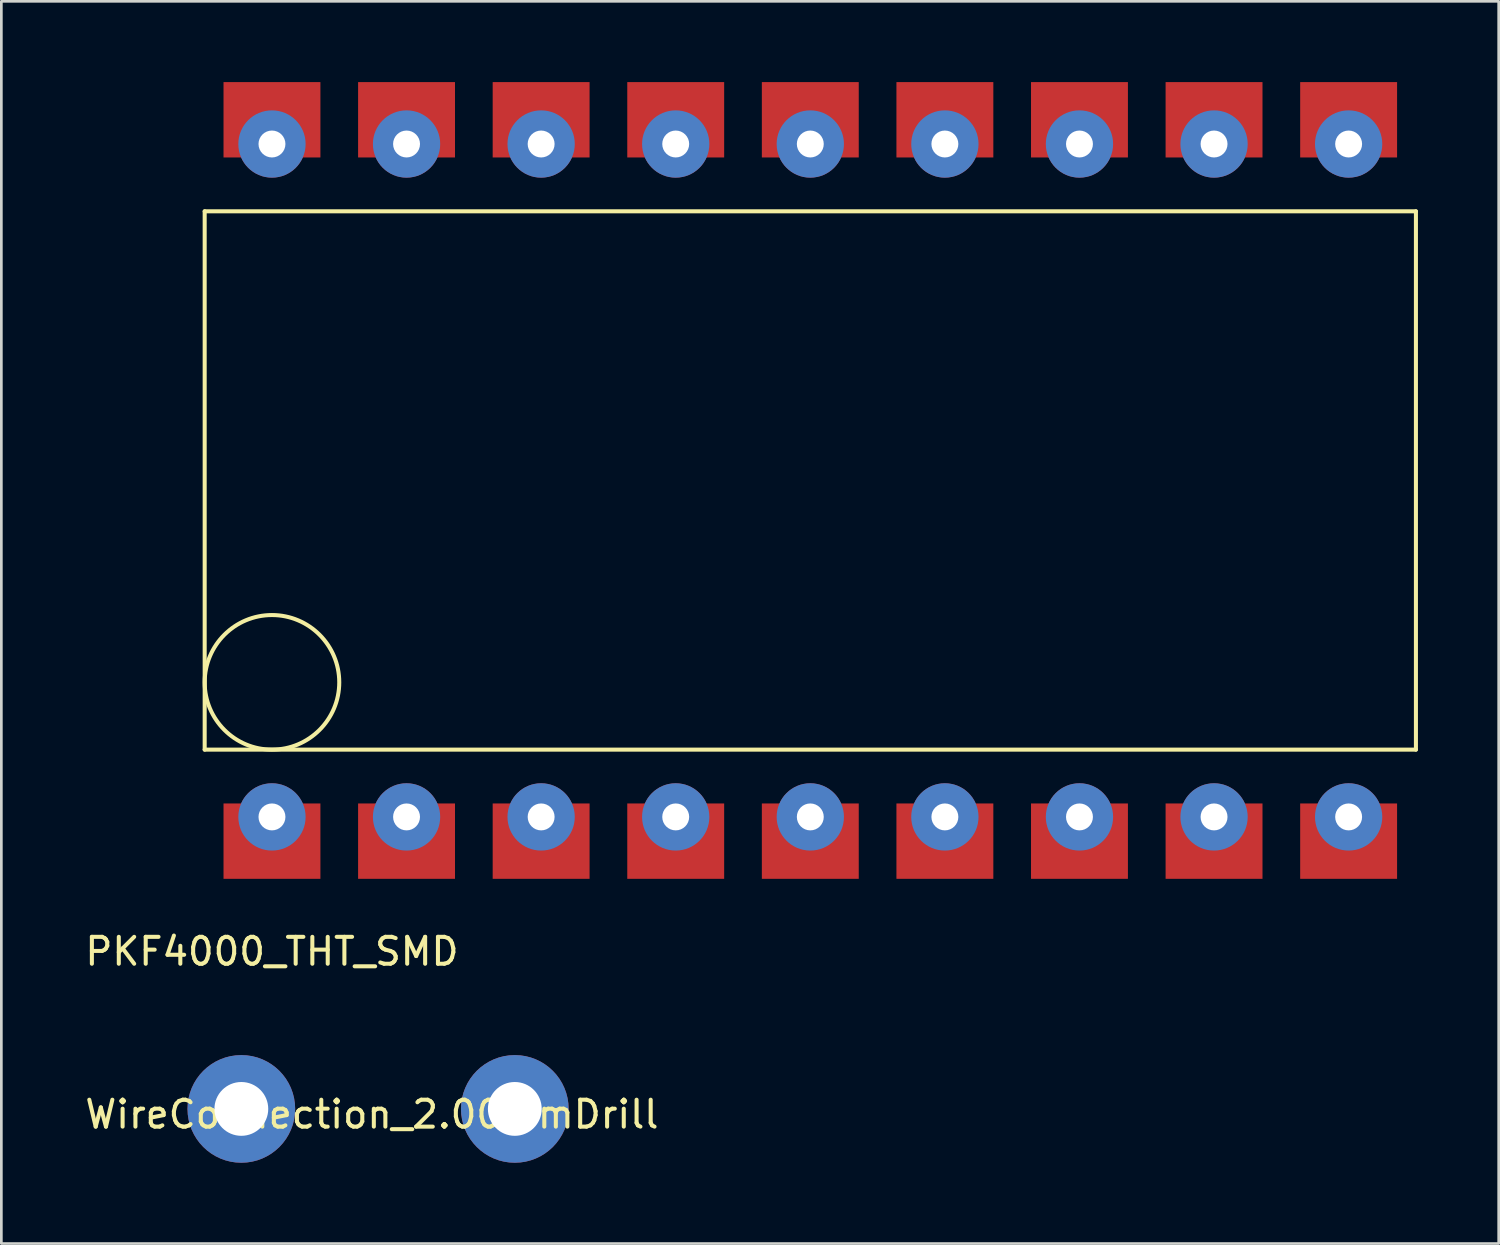
<source format=kicad_pcb>
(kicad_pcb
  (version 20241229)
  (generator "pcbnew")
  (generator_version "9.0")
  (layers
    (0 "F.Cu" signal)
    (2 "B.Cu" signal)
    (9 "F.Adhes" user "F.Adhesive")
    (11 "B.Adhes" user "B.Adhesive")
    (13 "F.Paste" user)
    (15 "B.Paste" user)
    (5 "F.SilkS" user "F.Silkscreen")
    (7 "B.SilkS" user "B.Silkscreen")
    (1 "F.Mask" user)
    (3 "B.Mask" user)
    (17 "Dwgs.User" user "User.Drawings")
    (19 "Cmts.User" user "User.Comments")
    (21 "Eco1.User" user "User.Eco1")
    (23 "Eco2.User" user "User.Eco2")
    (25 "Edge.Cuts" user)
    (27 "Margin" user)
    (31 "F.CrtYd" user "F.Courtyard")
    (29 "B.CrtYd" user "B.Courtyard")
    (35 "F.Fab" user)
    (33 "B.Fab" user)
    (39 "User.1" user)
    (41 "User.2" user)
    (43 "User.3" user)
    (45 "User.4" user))
  (footprint "PKF4000_THT_SMD"
    (layer "F.Cu")
    (at 27.054 14.8)
    (property "Reference" "PKF4000_THT_SMD" (at -20 17.5 0) (layer "F.SilkS") (effects (font (size 1 1) (thickness 0.15))))
    (attr through_hole)
    (fp_line (start -22.5 -10) (end 22.5 -10) (stroke (width 0.15) (type solid)) (layer "F.SilkS"))
    (fp_line (start -22.5 10) (end -22.5 -10) (stroke (width 0.15) (type solid)) (layer "F.SilkS"))
    (fp_line (start 22.5 -10) (end 22.5 10) (stroke (width 0.15) (type solid)) (layer "F.SilkS"))
    (fp_line (start 22.5 10) (end -22.5 10) (stroke (width 0.15) (type solid)) (layer "F.SilkS"))
    (fp_circle (center -20 7.5) (end -20 10) (stroke (width 0.15) (type solid)) (fill no) (layer "F.SilkS"))
    (pad "1" thru_hole circle (at -20 12.5) (size 2.5 2.5) (drill 1) (layers "*.Cu" "*.Mask"))
    (pad "1" smd rect (at -20 13.4) (size 3.6 2.8) (layers "F.Cu" "F.Mask" "F.Paste"))
    (pad "2" thru_hole circle (at -15 12.5) (size 2.5 2.5) (drill 1) (layers "*.Cu" "*.Mask"))
    (pad "2" smd rect (at -15 13.4) (size 3.6 2.8) (layers "F.Cu" "F.Mask" "F.Paste"))
    (pad "3" thru_hole circle (at -10 12.5) (size 2.5 2.5) (drill 1) (layers "*.Cu" "*.Mask"))
    (pad "3" smd rect (at -10 13.4) (size 3.6 2.8) (layers "F.Cu" "F.Mask" "F.Paste"))
    (pad "4" thru_hole circle (at -5 12.5) (size 2.5 2.5) (drill 1) (layers "*.Cu" "*.Mask"))
    (pad "4" smd rect (at -5 13.4) (size 3.6 2.8) (layers "F.Cu" "F.Mask" "F.Paste"))
    (pad "5" thru_hole circle (at 0 12.5) (size 2.5 2.5) (drill 1) (layers "*.Cu" "*.Mask"))
    (pad "5" smd rect (at 0 13.4) (size 3.6 2.8) (layers "F.Cu" "F.Mask" "F.Paste"))
    (pad "6" thru_hole circle (at 5 12.5) (size 2.5 2.5) (drill 1) (layers "*.Cu" "*.Mask"))
    (pad "6" smd rect (at 5 13.4) (size 3.6 2.8) (layers "F.Cu" "F.Mask" "F.Paste"))
    (pad "7" thru_hole circle (at 10 12.5) (size 2.5 2.5) (drill 1) (layers "*.Cu" "*.Mask"))
    (pad "7" smd rect (at 10 13.4) (size 3.6 2.8) (layers "F.Cu" "F.Mask" "F.Paste"))
    (pad "8" thru_hole circle (at 15 12.5) (size 2.5 2.5) (drill 1) (layers "*.Cu" "*.Mask"))
    (pad "8" smd rect (at 15 13.4) (size 3.6 2.8) (layers "F.Cu" "F.Mask" "F.Paste"))
    (pad "9" thru_hole circle (at 20 12.5) (size 2.5 2.5) (drill 1) (layers "*.Cu" "*.Mask"))
    (pad "9" smd rect (at 20 13.4) (size 3.6 2.8) (layers "F.Cu" "F.Mask" "F.Paste"))
    (pad "10" smd rect (at 20 -13.4) (size 3.6 2.8) (layers "F.Cu" "F.Mask" "F.Paste"))
    (pad "10" thru_hole circle (at 20 -12.5) (size 2.5 2.5) (drill 1) (layers "*.Cu" "*.Mask"))
    (pad "11" smd rect (at 15 -13.4) (size 3.6 2.8) (layers "F.Cu" "F.Mask" "F.Paste"))
    (pad "11" thru_hole circle (at 15 -12.5) (size 2.5 2.5) (drill 1) (layers "*.Cu" "*.Mask"))
    (pad "12" smd rect (at 10 -13.4) (size 3.6 2.8) (layers "F.Cu" "F.Mask" "F.Paste"))
    (pad "12" thru_hole circle (at 10 -12.5) (size 2.5 2.5) (drill 1) (layers "*.Cu" "*.Mask"))
    (pad "13" smd rect (at 5 -13.4) (size 3.6 2.8) (layers "F.Cu" "F.Mask" "F.Paste"))
    (pad "13" thru_hole circle (at 5 -12.5) (size 2.5 2.5) (drill 1) (layers "*.Cu" "*.Mask"))
    (pad "14" smd rect (at 0 -13.4) (size 3.6 2.8) (layers "F.Cu" "F.Mask" "F.Paste"))
    (pad "14" thru_hole circle (at 0 -12.5) (size 2.5 2.5) (drill 1) (layers "*.Cu" "*.Mask"))
    (pad "15" smd rect (at -5 -13.4) (size 3.6 2.8) (layers "F.Cu" "F.Mask" "F.Paste"))
    (pad "15" thru_hole circle (at -5 -12.5) (size 2.5 2.5) (drill 1) (layers "*.Cu" "*.Mask"))
    (pad "16" smd rect (at -10 -13.4) (size 3.6 2.8) (layers "F.Cu" "F.Mask" "F.Paste"))
    (pad "16" thru_hole circle (at -10 -12.5) (size 2.5 2.5) (drill 1) (layers "*.Cu" "*.Mask"))
    (pad "17" smd rect (at -15 -13.4) (size 3.6 2.8) (layers "F.Cu" "F.Mask" "F.Paste"))
    (pad "17" thru_hole circle (at -15 -12.5) (size 2.5 2.5) (drill 1) (layers "*.Cu" "*.Mask"))
    (pad "18" smd rect (at -20 -13.4) (size 3.6 2.8) (layers "F.Cu" "F.Mask" "F.Paste"))
    (pad "18" thru_hole circle (at -20 -12.5) (size 2.5 2.5) (drill 1) (layers "*.Cu" "*.Mask")))
  (footprint "WireConnection_2.00mmDrill"
    (layer "F.Cu")
    (at 5.916 38.148)
    (property "Reference" "WireConnection_2.00mmDrill" (at 4.851 0.203 0) (layer "F.SilkS") (effects (font (size 1 1) (thickness 0.15))))
    (attr through_hole)
    (pad "1" thru_hole circle (at 0 0) (size 4 4) (drill 1.999) (layers "*.Cu" "*.Mask"))
    (pad "1" thru_hole circle (at 10.16 0) (size 4 4) (drill 1.999) (layers "*.Cu" "*.Mask")))
  (gr_rect
    (start -3 -3)
    (end 52.629 43.149)
    (stroke (width 0.1) (type default))
    (fill no)
    (layer "Edge.Cuts")))
</source>
